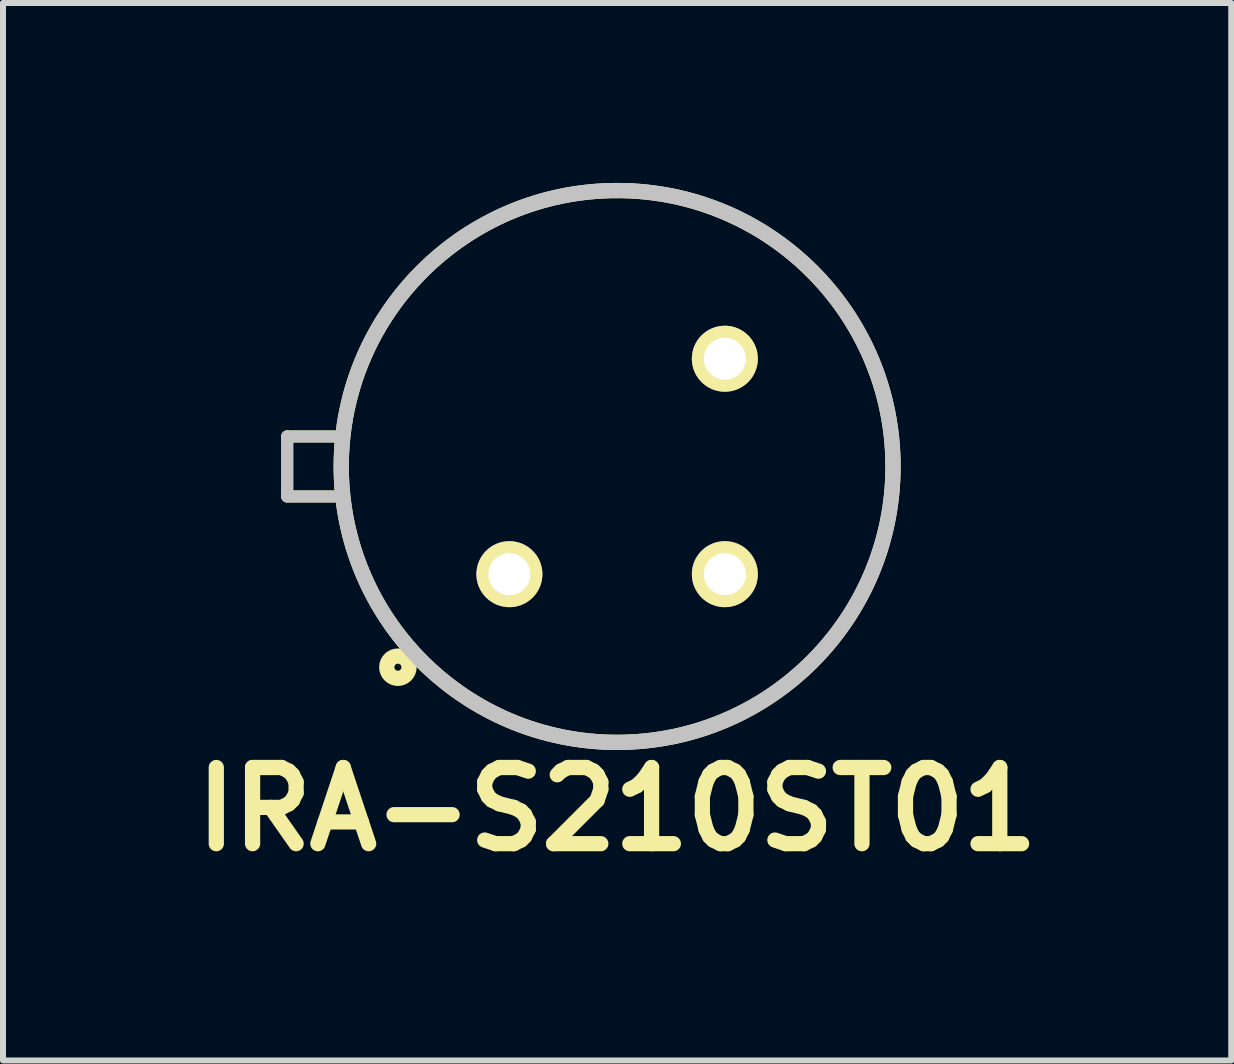
<source format=kicad_pcb>
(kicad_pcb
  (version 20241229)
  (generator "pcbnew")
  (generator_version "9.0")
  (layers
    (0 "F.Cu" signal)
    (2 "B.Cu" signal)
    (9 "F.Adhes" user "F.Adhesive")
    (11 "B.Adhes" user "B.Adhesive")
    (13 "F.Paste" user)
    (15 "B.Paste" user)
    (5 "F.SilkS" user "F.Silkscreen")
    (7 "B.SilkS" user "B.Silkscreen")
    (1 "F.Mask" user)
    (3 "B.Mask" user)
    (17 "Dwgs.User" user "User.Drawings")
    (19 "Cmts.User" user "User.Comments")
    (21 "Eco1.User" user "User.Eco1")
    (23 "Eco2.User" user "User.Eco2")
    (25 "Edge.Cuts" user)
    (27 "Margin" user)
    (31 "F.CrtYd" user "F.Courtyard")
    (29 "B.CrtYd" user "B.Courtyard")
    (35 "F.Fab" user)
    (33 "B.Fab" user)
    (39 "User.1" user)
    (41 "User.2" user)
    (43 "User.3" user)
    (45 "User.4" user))
  (footprint "IRA-S210ST01"
    (layer "F.Cu")
    (at 7.239 4.727)
    (property "Reference" "IRA-S210ST01" (at 0 5.715 0) (layer "F.SilkS") (effects (font (size 1.27 1.27) (thickness 0.254))))
    (attr through_hole)
    (fp_line (start -5.5 -0.5) (end -5.5 0.5) (stroke (width 0.2) (type solid)) (layer "F.SilkS"))
    (fp_line (start -5.5 0.5) (end -4.649 0.5) (stroke (width 0.2) (type solid)) (layer "F.SilkS"))
    (fp_line (start -4.664 -0.5) (end -5.5 -0.5) (stroke (width 0.2) (type solid)) (layer "F.SilkS"))
    (fp_circle (center -3.655 3.347) (end -3.714 3.347) (stroke (width 0.254) (type solid)) (fill no) (layer "F.SilkS"))
    (fp_circle (center 0 0) (end 4.6 0) (stroke (width 0.254) (type solid)) (fill no) (layer "F.SilkS"))
    (fp_line (start -5.5 -0.5) (end -5.5 0.5) (stroke (width 0.2) (type solid)) (layer "Dwgs.User"))
    (fp_line (start -5.5 0.5) (end -4.649 0.5) (stroke (width 0.2) (type solid)) (layer "Dwgs.User"))
    (fp_line (start -4.664 -0.5) (end -5.5 -0.5) (stroke (width 0.2) (type solid)) (layer "Dwgs.User"))
    (fp_circle (center 0 0) (end 4.6 0) (stroke (width 0.254) (type solid)) (fill no) (layer "Dwgs.User"))
    (pad "1" thru_hole circle (at -1.796 1.796 90) (size 1.1 1.1) (drill 0.7) (layers "*.Cu" "*.Mask" "F.SilkS"))
    (pad "2" thru_hole circle (at 1.796 1.796 90) (size 1.1 1.1) (drill 0.7) (layers "*.Cu" "*.Mask" "F.SilkS"))
    (pad "3" thru_hole circle (at 1.796 -1.796 90) (size 1.1 1.1) (drill 0.7) (layers "*.Cu" "*.Mask" "F.SilkS")))
  (gr_rect
    (start -3 -3)
    (end 17.478 14.631)
    (stroke (width 0.1) (type default))
    (fill no)
    (layer "Edge.Cuts")))
</source>
